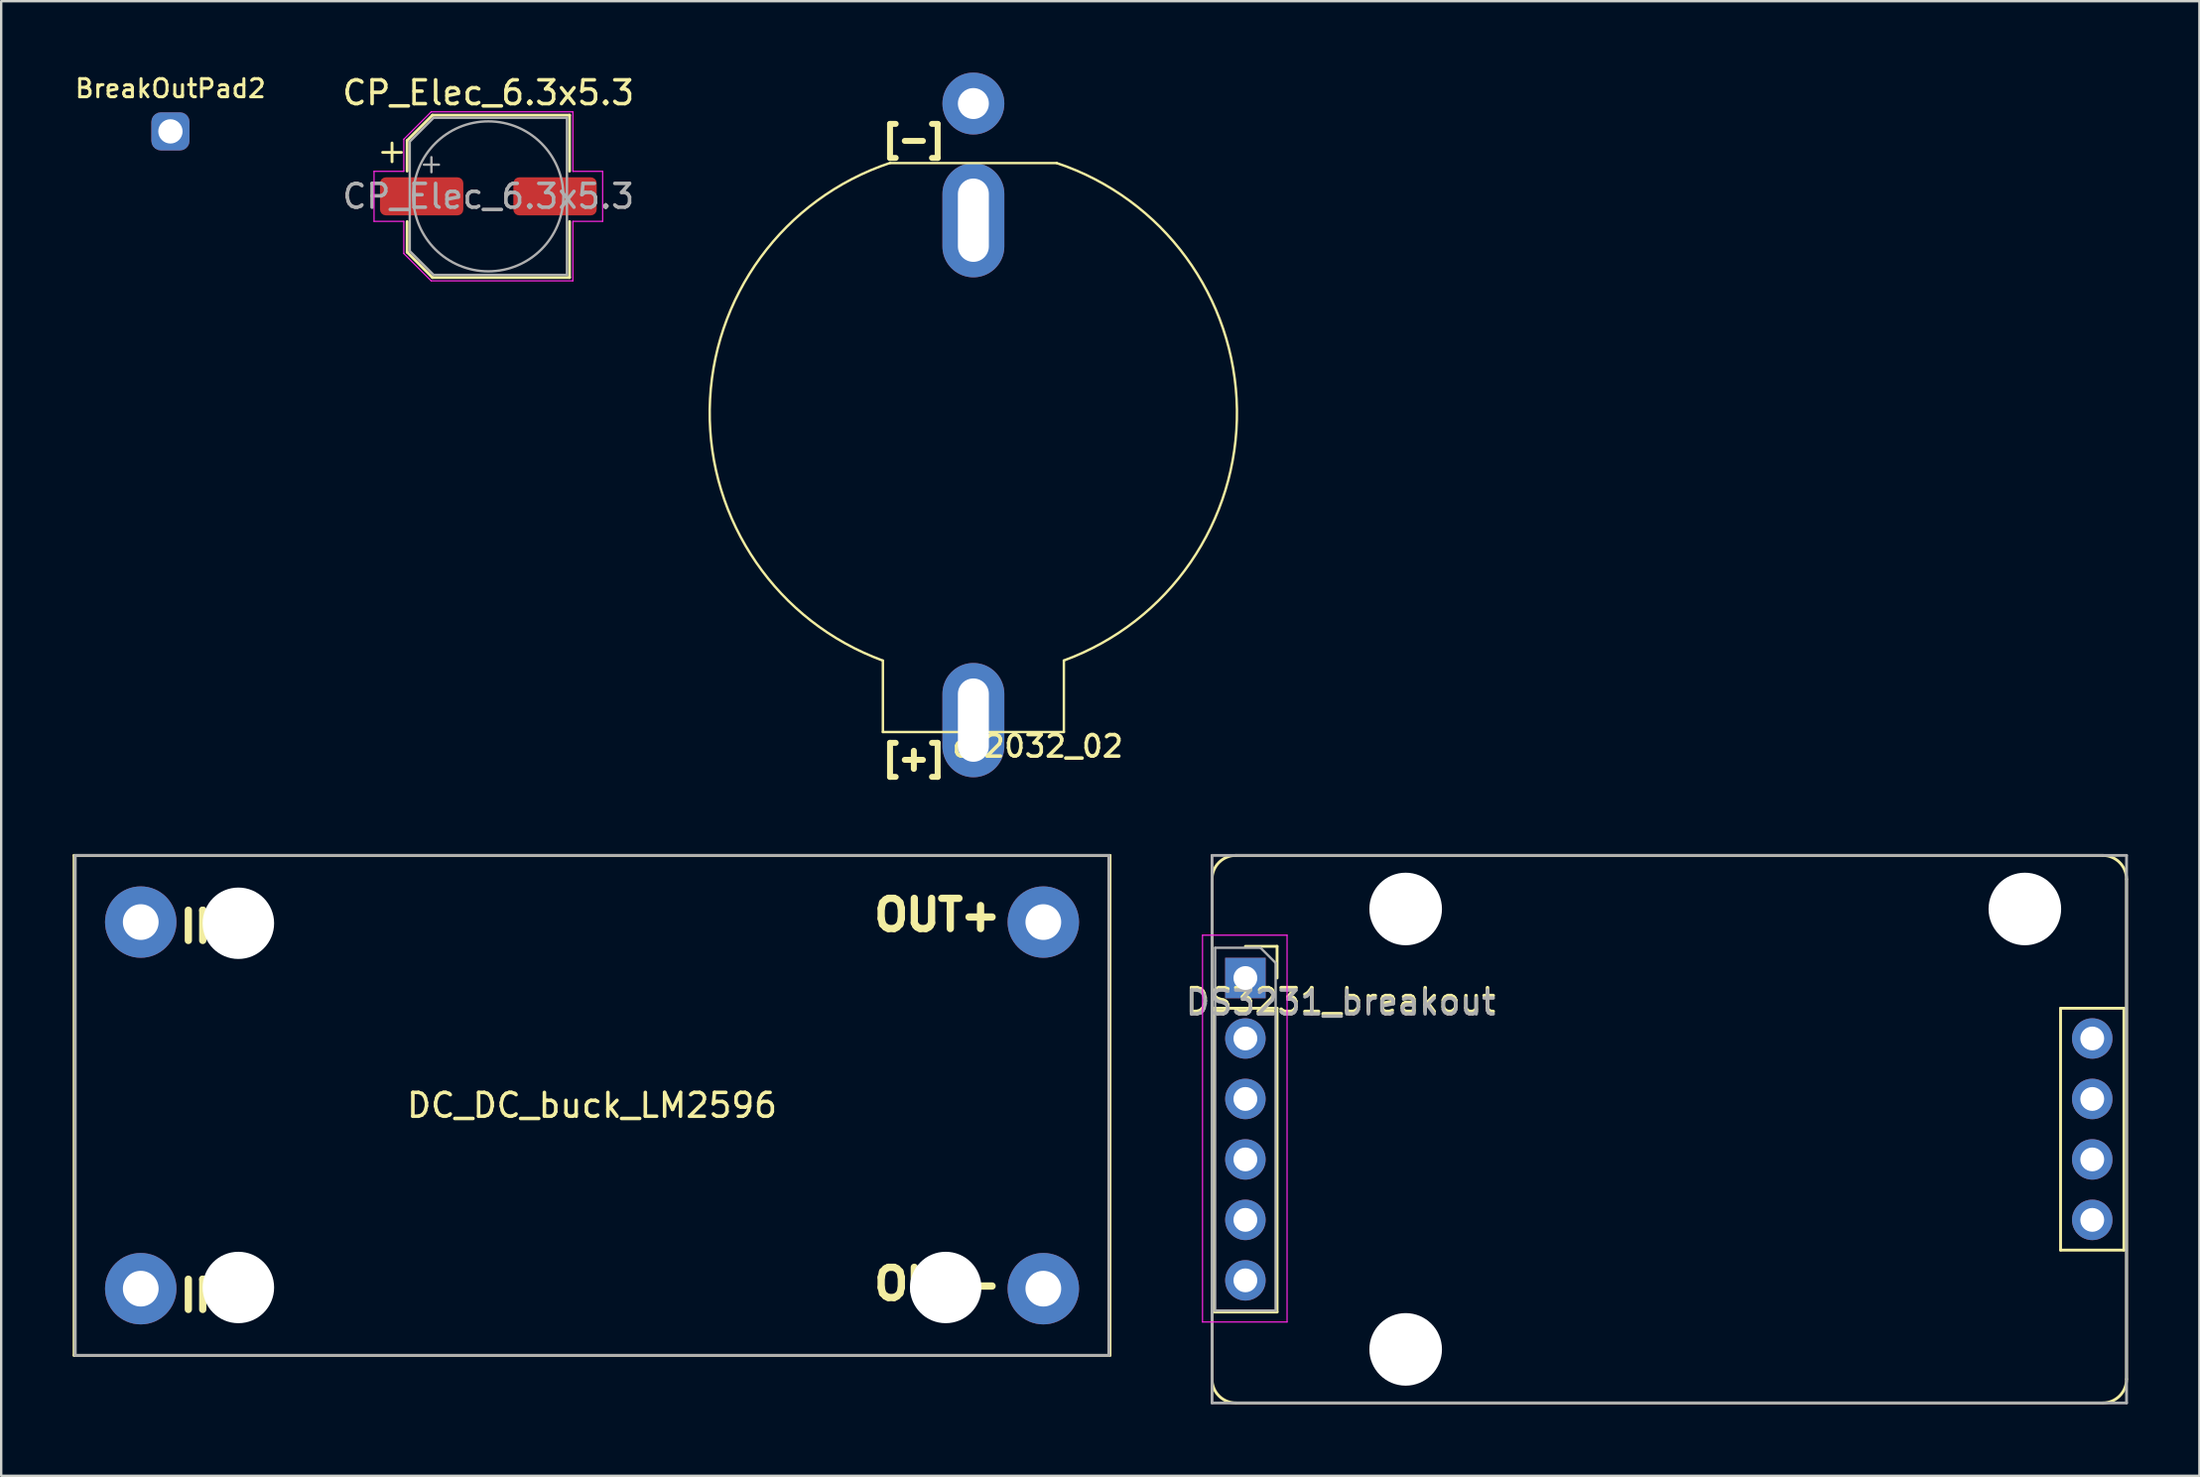
<source format=kicad_pcb>
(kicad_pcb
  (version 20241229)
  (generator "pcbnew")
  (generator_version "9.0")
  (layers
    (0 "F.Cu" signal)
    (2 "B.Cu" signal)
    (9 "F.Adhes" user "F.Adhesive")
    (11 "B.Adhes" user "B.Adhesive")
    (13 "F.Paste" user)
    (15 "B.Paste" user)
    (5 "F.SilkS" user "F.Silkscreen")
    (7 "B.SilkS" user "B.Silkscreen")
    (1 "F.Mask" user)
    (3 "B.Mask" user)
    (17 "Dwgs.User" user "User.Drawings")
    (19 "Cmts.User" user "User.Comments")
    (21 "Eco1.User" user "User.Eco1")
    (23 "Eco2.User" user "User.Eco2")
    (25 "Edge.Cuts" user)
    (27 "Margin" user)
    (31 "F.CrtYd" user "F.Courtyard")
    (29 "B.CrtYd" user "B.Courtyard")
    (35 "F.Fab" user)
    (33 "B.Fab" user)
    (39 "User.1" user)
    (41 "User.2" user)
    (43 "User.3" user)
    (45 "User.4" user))
  (footprint "CP_Elec_6.3x5.3"
    (layer "F.Cu")
    (at 17.456 5.198)
    (property "Reference" "CP_Elec_6.3x5.3" (at 0 -4.35 0) (layer "F.SilkS") (effects (font (size 1 1) (thickness 0.15))))
    (attr smd)
    (fp_line (start -4.438 -1.847) (end -3.65 -1.847) (stroke (width 0.12) (type solid)) (layer "F.SilkS"))
    (fp_line (start -4.044 -2.241) (end -4.044 -1.454) (stroke (width 0.12) (type solid)) (layer "F.SilkS"))
    (fp_line (start -3.41 -2.346) (end -3.41 -1.06) (stroke (width 0.12) (type solid)) (layer "F.SilkS"))
    (fp_line (start -3.41 -2.346) (end -2.346 -3.41) (stroke (width 0.12) (type solid)) (layer "F.SilkS"))
    (fp_line (start -3.41 2.346) (end -3.41 1.06) (stroke (width 0.12) (type solid)) (layer "F.SilkS"))
    (fp_line (start -3.41 2.346) (end -2.346 3.41) (stroke (width 0.12) (type solid)) (layer "F.SilkS"))
    (fp_line (start -2.346 -3.41) (end 3.41 -3.41) (stroke (width 0.12) (type solid)) (layer "F.SilkS"))
    (fp_line (start -2.346 3.41) (end 3.41 3.41) (stroke (width 0.12) (type solid)) (layer "F.SilkS"))
    (fp_line (start 3.41 -3.41) (end 3.41 -1.06) (stroke (width 0.12) (type solid)) (layer "F.SilkS"))
    (fp_line (start 3.41 3.41) (end 3.41 1.06) (stroke (width 0.12) (type solid)) (layer "F.SilkS"))
    (fp_line (start -4.8 -1.05) (end -4.8 1.05) (stroke (width 0.05) (type solid)) (layer "F.CrtYd"))
    (fp_line (start -4.8 1.05) (end -3.55 1.05) (stroke (width 0.05) (type solid)) (layer "F.CrtYd"))
    (fp_line (start -3.55 -2.4) (end -3.55 -1.05) (stroke (width 0.05) (type solid)) (layer "F.CrtYd"))
    (fp_line (start -3.55 -2.4) (end -2.4 -3.55) (stroke (width 0.05) (type solid)) (layer "F.CrtYd"))
    (fp_line (start -3.55 -1.05) (end -4.8 -1.05) (stroke (width 0.05) (type solid)) (layer "F.CrtYd"))
    (fp_line (start -3.55 1.05) (end -3.55 2.4) (stroke (width 0.05) (type solid)) (layer "F.CrtYd"))
    (fp_line (start -3.55 2.4) (end -2.4 3.55) (stroke (width 0.05) (type solid)) (layer "F.CrtYd"))
    (fp_line (start -2.4 -3.55) (end 3.55 -3.55) (stroke (width 0.05) (type solid)) (layer "F.CrtYd"))
    (fp_line (start -2.4 3.55) (end 3.55 3.55) (stroke (width 0.05) (type solid)) (layer "F.CrtYd"))
    (fp_line (start 3.55 -3.55) (end 3.55 -1.05) (stroke (width 0.05) (type solid)) (layer "F.CrtYd"))
    (fp_line (start 3.55 -1.05) (end 4.8 -1.05) (stroke (width 0.05) (type solid)) (layer "F.CrtYd"))
    (fp_line (start 3.55 1.05) (end 3.55 3.55) (stroke (width 0.05) (type solid)) (layer "F.CrtYd"))
    (fp_line (start 4.8 -1.05) (end 4.8 1.05) (stroke (width 0.05) (type solid)) (layer "F.CrtYd"))
    (fp_line (start 4.8 1.05) (end 3.55 1.05) (stroke (width 0.05) (type solid)) (layer "F.CrtYd"))
    (fp_line (start -3.3 -2.3) (end -3.3 2.3) (stroke (width 0.1) (type solid)) (layer "F.Fab"))
    (fp_line (start -3.3 -2.3) (end -2.3 -3.3) (stroke (width 0.1) (type solid)) (layer "F.Fab"))
    (fp_line (start -3.3 2.3) (end -2.3 3.3) (stroke (width 0.1) (type solid)) (layer "F.Fab"))
    (fp_line (start -2.705 -1.33) (end -2.075 -1.33) (stroke (width 0.1) (type solid)) (layer "F.Fab"))
    (fp_line (start -2.39 -1.645) (end -2.39 -1.015) (stroke (width 0.1) (type solid)) (layer "F.Fab"))
    (fp_line (start -2.3 -3.3) (end 3.3 -3.3) (stroke (width 0.1) (type solid)) (layer "F.Fab"))
    (fp_line (start -2.3 3.3) (end 3.3 3.3) (stroke (width 0.1) (type solid)) (layer "F.Fab"))
    (fp_line (start 3.3 -3.3) (end 3.3 3.3) (stroke (width 0.1) (type solid)) (layer "F.Fab"))
    (fp_circle (center 0 0) (end 3.15 0) (stroke (width 0.1) (type solid)) (fill no) (layer "F.Fab"))
    (fp_text user "${REFERENCE}" (at 0 0 0) (layer "F.Fab") (effects (font (size 1 1) (thickness 0.15))))
    (pad "1" smd roundrect (at -2.8 0) (size 3.5 1.6) (layers "F.Cu" "F.Mask" "F.Paste") (roundrect_rratio 0.156))
    (pad "2" smd roundrect (at 2.8 0) (size 3.5 1.6) (layers "F.Cu" "F.Mask" "F.Paste") (roundrect_rratio 0.156)))
  (footprint "BreakOutPad2"
    (layer "F.Cu")
    (at 4.106 2.469)
    (property "Reference" "BreakOutPad2" (at 0 -1.8 0) (layer "F.SilkS") (effects (font (size 0.762 0.762) (thickness 0.127))))
    (attr through_hole)
    (pad "1" thru_hole roundrect (at 0 0) (size 1.6 1.6) (drill 1.02) (layers "*.Cu" "*.Mask") (roundrect_rratio 0.25)))
  (footprint "DC_DC_buck_LM2596"
    (layer "F.Cu")
    (at 21.81 43.384)
    (property "Reference" "DC_DC_buck_LM2596" (at 0 0 0) (layer "F.SilkS") (effects (font (size 1 1) (thickness 0.15))))
    (attr through_hole)
    (fp_line (start -21.75 -10.5) (end 21.75 -10.5) (stroke (width 0.12) (type solid)) (layer "F.SilkS"))
    (fp_line (start -21.75 10.5) (end -21.75 -10.5) (stroke (width 0.12) (type solid)) (layer "F.SilkS"))
    (fp_line (start 21.75 -10.5) (end 21.75 10.5) (stroke (width 0.12) (type solid)) (layer "F.SilkS"))
    (fp_line (start 21.75 10.5) (end -21.75 10.5) (stroke (width 0.12) (type solid)) (layer "F.SilkS"))
    (fp_line (start -21.7 -10.5) (end 21.7 -10.5) (stroke (width 0.12) (type solid)) (layer "F.Fab"))
    (fp_line (start -21.7 10.5) (end -21.7 -10.5) (stroke (width 0.12) (type solid)) (layer "F.Fab"))
    (fp_line (start 21.7 -10.5) (end 21.7 10.5) (stroke (width 0.12) (type solid)) (layer "F.Fab"))
    (fp_line (start 21.7 10.5) (end -21.7 10.5) (stroke (width 0.12) (type solid)) (layer "F.Fab"))
    (fp_text user "OUT-" (at 14.5 7.5 0) (layer "F.SilkS") (effects (font (size 1.27 1.27) (thickness 0.305))))
    (fp_text user "OUT+" (at 14.5 -8 0) (layer "F.SilkS") (effects (font (size 1.27 1.27) (thickness 0.305))))
    (fp_text user "IN-" (at -15.5 8 0) (layer "F.SilkS") (effects (font (size 1.27 1.27) (thickness 0.305))))
    (fp_text user "IN+" (at -15.5 -7.5 0) (layer "F.SilkS") (effects (font (size 1.27 1.27) (thickness 0.305))))
    (pad "" np_thru_hole circle (at -14.85 -7.65) (size 3 3) (drill 3) (layers "*.Cu" "*.Mask"))
    (pad "" np_thru_hole circle (at -14.85 7.65) (size 3 3) (drill 3) (layers "*.Cu" "*.Mask"))
    (pad "" np_thru_hole circle (at 14.85 7.65) (size 3 3) (drill 3) (layers "*.Cu" "*.Mask"))
    (pad "GND" thru_hole circle (at 18.95 7.7) (size 3 3) (drill 1.5) (layers "*.Cu" "*.Mask"))
    (pad "GNDPWR" thru_hole circle (at -18.95 7.7) (size 3 3) (drill 1.5) (layers "*.Cu" "*.Mask"))
    (pad "VIN" thru_hole circle (at -18.95 -7.7) (size 3 3) (drill 1.5) (layers "*.Cu" "*.Mask"))
    (pad "VO" thru_hole circle (at 18.95 -7.7) (size 3 3) (drill 1.5) (layers "*.Cu" "*.Mask")))
  (footprint "DS3231_breakout"
    (layer "F.Cu")
    (at 49.245 44.384)
    (property "Reference" "DS3231_breakout" (at 4 -5.4 0) (layer "F.SilkS") (effects (font (size 1 1) (thickness 0.15))))
    (attr through_hole)
    (fp_line (start -1.4 -10.5) (end -1.4 10.5) (stroke (width 0.12) (type solid)) (layer "F.SilkS"))
    (fp_line (start -1.33 -5.08) (end -1.33 7.68) (stroke (width 0.12) (type solid)) (layer "F.SilkS"))
    (fp_line (start -1.33 -5.08) (end 1.33 -5.08) (stroke (width 0.12) (type solid)) (layer "F.SilkS"))
    (fp_line (start -1.33 7.68) (end 1.33 7.68) (stroke (width 0.12) (type solid)) (layer "F.SilkS"))
    (fp_line (start -0.4 -11.5) (end 36 -11.5) (stroke (width 0.12) (type solid)) (layer "F.SilkS"))
    (fp_line (start -0.4 11.5) (end 36 11.5) (stroke (width 0.12) (type solid)) (layer "F.SilkS"))
    (fp_line (start 0 -7.68) (end 1.33 -7.68) (stroke (width 0.12) (type solid)) (layer "F.SilkS"))
    (fp_line (start 1.33 -7.68) (end 1.33 -6.35) (stroke (width 0.12) (type solid)) (layer "F.SilkS"))
    (fp_line (start 1.33 -5.08) (end 1.33 7.68) (stroke (width 0.12) (type solid)) (layer "F.SilkS"))
    (fp_line (start 34.23 -5.08) (end 34.23 5.08) (stroke (width 0.12) (type solid)) (layer "F.SilkS"))
    (fp_line (start 34.23 -5.08) (end 36.89 -5.08) (stroke (width 0.12) (type solid)) (layer "F.SilkS"))
    (fp_line (start 34.23 5.08) (end 36.89 5.08) (stroke (width 0.12) (type solid)) (layer "F.SilkS"))
    (fp_line (start 36.89 -5.08) (end 36.89 5.08) (stroke (width 0.12) (type solid)) (layer "F.SilkS"))
    (fp_line (start 37 10.5) (end 37 -10.5) (stroke (width 0.12) (type solid)) (layer "F.SilkS"))
    (fp_arc (start -1.4 -10.5) (mid -1.107107 -11.207107) (end -0.4 -11.5) (stroke (width 0.12) (type solid)) (layer "F.SilkS"))
    (fp_arc (start -0.4 11.5) (mid -1.107107 11.207107) (end -1.4 10.5) (stroke (width 0.12) (type solid)) (layer "F.SilkS"))
    (fp_arc (start 36 -11.5) (mid 36.707107 -11.207107) (end 37 -10.5) (stroke (width 0.12) (type solid)) (layer "F.SilkS"))
    (fp_arc (start 37 10.5) (mid 36.707107 11.207107) (end 36 11.5) (stroke (width 0.12) (type solid)) (layer "F.SilkS"))
    (fp_line (start -1.8 -8.15) (end 1.75 -8.15) (stroke (width 0.05) (type solid)) (layer "F.CrtYd"))
    (fp_line (start -1.8 8.1) (end -1.8 -8.15) (stroke (width 0.05) (type solid)) (layer "F.CrtYd"))
    (fp_line (start 1.75 -8.15) (end 1.75 8.1) (stroke (width 0.05) (type solid)) (layer "F.CrtYd"))
    (fp_line (start 1.75 8.1) (end -1.8 8.1) (stroke (width 0.05) (type solid)) (layer "F.CrtYd"))
    (fp_line (start -1.4 -11.5) (end 37 -11.5) (stroke (width 0.12) (type solid)) (layer "F.Fab"))
    (fp_line (start -1.4 11.5) (end -1.4 -11.5) (stroke (width 0.12) (type solid)) (layer "F.Fab"))
    (fp_line (start -1.27 -7.62) (end 0.635 -7.62) (stroke (width 0.1) (type solid)) (layer "F.Fab"))
    (fp_line (start -1.27 7.62) (end -1.27 -7.62) (stroke (width 0.1) (type solid)) (layer "F.Fab"))
    (fp_line (start 0.635 -7.62) (end 1.27 -6.985) (stroke (width 0.1) (type solid)) (layer "F.Fab"))
    (fp_line (start 1.27 -6.985) (end 1.27 7.62) (stroke (width 0.1) (type solid)) (layer "F.Fab"))
    (fp_line (start 1.27 7.62) (end -1.27 7.62) (stroke (width 0.1) (type solid)) (layer "F.Fab"))
    (fp_line (start 37 -11.5) (end 37 11.5) (stroke (width 0.12) (type solid)) (layer "F.Fab"))
    (fp_line (start 37 11.5) (end -1.4 11.5) (stroke (width 0.12) (type solid)) (layer "F.Fab"))
    (fp_text user "${REFERENCE}" (at 4 -5.3 0) (layer "F.Fab") (effects (font (size 1 1) (thickness 0.15))))
    (pad "" np_thru_hole circle (at 6.73 -9.25) (size 3.048 3.048) (drill 3.048) (layers "*.Cu" "*.Mask"))
    (pad "" np_thru_hole circle (at 6.73 9.25) (size 3.048 3.048) (drill 3.048) (layers "*.Cu" "*.Mask"))
    (pad "" np_thru_hole circle (at 32.73 -9.25) (size 3.048 3.048) (drill 3.048) (layers "*.Cu" "*.Mask"))
    (pad "1" thru_hole rect (at 0 -6.35) (size 1.7 1.7) (drill 1) (layers "*.Cu" "*.Mask"))
    (pad "2" thru_hole oval (at 0 -3.81) (size 1.7 1.7) (drill 1) (layers "*.Cu" "*.Mask"))
    (pad "3" thru_hole oval (at 0 -1.27) (size 1.7 1.7) (drill 1) (layers "*.Cu" "*.Mask"))
    (pad "3" thru_hole oval (at 35.56 -3.81) (size 1.7 1.7) (drill 1) (layers "*.Cu" "*.Mask"))
    (pad "4" thru_hole oval (at 0 1.27) (size 1.7 1.7) (drill 1) (layers "*.Cu" "*.Mask"))
    (pad "4" thru_hole oval (at 35.56 -1.27) (size 1.7 1.7) (drill 1) (layers "*.Cu" "*.Mask"))
    (pad "5" thru_hole oval (at 0 3.81) (size 1.7 1.7) (drill 1) (layers "*.Cu" "*.Mask"))
    (pad "5" thru_hole oval (at 35.56 1.27) (size 1.7 1.7) (drill 1) (layers "*.Cu" "*.Mask"))
    (pad "6" thru_hole oval (at 0 6.35) (size 1.7 1.7) (drill 1) (layers "*.Cu" "*.Mask"))
    (pad "6" thru_hole oval (at 35.56 3.81) (size 1.7 1.7) (drill 1) (layers "*.Cu" "*.Mask")))
  (footprint "cr2032_02"
    (layer "F.Cu")
    (at 37.823 14.3)
    (property "Reference" "cr2032_02" (at 2.7 14 180) (layer "F.SilkS") (effects (font (size 0.9 0.9) (thickness 0.15))))
    (attr through_hole)
    (fp_line (start -3.8 10.4) (end -3.8 13.4) (stroke (width 0.102) (type solid)) (layer "F.SilkS"))
    (fp_line (start -3.8 13.4) (end 3.8 13.4) (stroke (width 0.102) (type solid)) (layer "F.SilkS"))
    (fp_line (start -3.5 -10.5) (end 3.5 -10.5) (stroke (width 0.102) (type solid)) (layer "F.SilkS"))
    (fp_line (start 3.8 13.4) (end 3.8 10.4) (stroke (width 0.102) (type solid)) (layer "F.SilkS"))
    (fp_arc (start -3.8 10.4) (mid -11.071359 -0.158129) (end -3.50143 -10.504284) (stroke (width 0.1016) (type solid)) (layer "F.SilkS"))
    (fp_arc (start 3.5 -10.5) (mid 11.066843 -0.158065) (end 3.79845 10.395758) (stroke (width 0.1016) (type solid)) (layer "F.SilkS"))
    (fp_text user "[+]" (at -2.5 14.5 0) (layer "F.SilkS") (effects (font (size 1 1) (thickness 0.25))))
    (fp_text user "[-]" (at -2.5 -11.5 0) (layer "F.SilkS") (effects (font (size 1 1) (thickness 0.25))))
    (pad "1" thru_hole oval (at 0 12.9) (size 2.6 4.8) (drill oval 1.3 3.5) (layers "*.Cu" "*.Mask"))
    (pad "2" thru_hole circle (at 0 -13) (size 2.6 2.6) (drill 1.3) (layers "*.Cu" "*.Mask"))
    (pad "2" thru_hole oval (at 0 -8.1) (size 2.6 4.8) (drill oval 1.3 3.5) (layers "*.Cu" "*.Mask")))
  (gr_rect
    (start -3 -3)
    (end 89.305 58.944)
    (stroke (width 0.1) (type default))
    (fill no)
    (layer "Edge.Cuts")))
</source>
